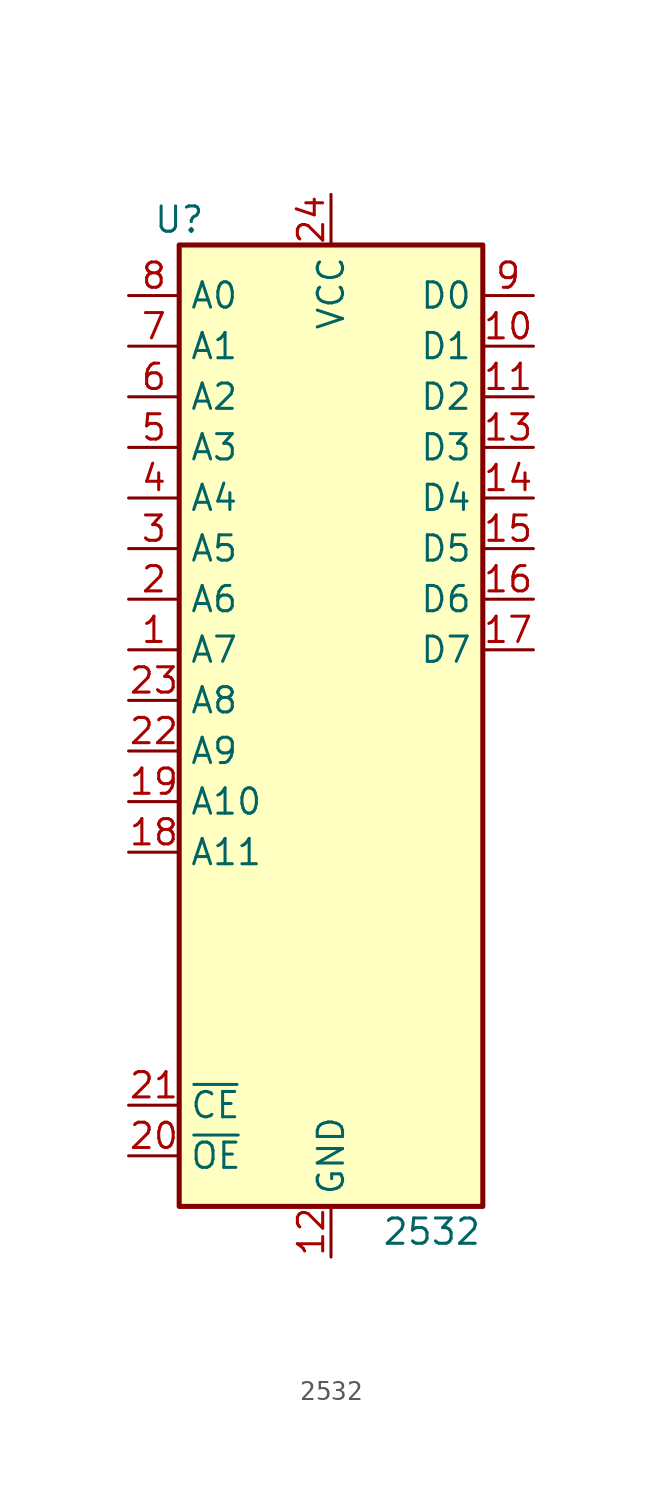
<source format=kicad_sym>
(kicad_symbol_lib
  (version 20231120)
  (generator "kicad_symbol_editor")
  (generator_version "8.0")
  (symbol "2532"
    (property "Reference" "U"
      (at -7.62 24.13 0)
      (effects (font (size 1.27 1.27))))
    (property "Value" "2532"
      (at 2.54 -26.67 0)
      (effects (font (size 1.27 1.27)) (justify left)))
    (symbol "2532_1_1"
      (rectangle (start -7.62 22.86) (end 7.62 -25.4) (stroke (width 0.254) (type default)) (fill (type background)))
      (pin input line (at -10.16 2.54 0) (length 2.54) (name "A7" (effects (font (size 1.27 1.27)))) (number "1" (effects (font (size 1.27 1.27)))))
      (pin tri_state line (at 10.16 17.78 180) (length 2.54) (name "D1" (effects (font (size 1.27 1.27)))) (number "10" (effects (font (size 1.27 1.27)))))
      (pin tri_state line (at 10.16 15.24 180) (length 2.54) (name "D2" (effects (font (size 1.27 1.27)))) (number "11" (effects (font (size 1.27 1.27)))))
      (pin power_in line (at 0 -27.94 90) (length 2.54) (name "GND" (effects (font (size 1.27 1.27)))) (number "12" (effects (font (size 1.27 1.27)))))
      (pin tri_state line (at 10.16 12.7 180) (length 2.54) (name "D3" (effects (font (size 1.27 1.27)))) (number "13" (effects (font (size 1.27 1.27)))))
      (pin tri_state line (at 10.16 10.16 180) (length 2.54) (name "D4" (effects (font (size 1.27 1.27)))) (number "14" (effects (font (size 1.27 1.27)))))
      (pin tri_state line (at 10.16 7.62 180) (length 2.54) (name "D5" (effects (font (size 1.27 1.27)))) (number "15" (effects (font (size 1.27 1.27)))))
      (pin tri_state line (at 10.16 5.08 180) (length 2.54) (name "D6" (effects (font (size 1.27 1.27)))) (number "16" (effects (font (size 1.27 1.27)))))
      (pin tri_state line (at 10.16 2.54 180) (length 2.54) (name "D7" (effects (font (size 1.27 1.27)))) (number "17" (effects (font (size 1.27 1.27)))))
      (pin input line (at -10.16 -7.62 0) (length 2.54) (name "A11" (effects (font (size 1.27 1.27)))) (number "18" (effects (font (size 1.27 1.27)))))
      (pin input line (at -10.16 -5.08 0) (length 2.54) (name "A10" (effects (font (size 1.27 1.27)))) (number "19" (effects (font (size 1.27 1.27)))))
      (pin input line (at -10.16 5.08 0) (length 2.54) (name "A6" (effects (font (size 1.27 1.27)))) (number "2" (effects (font (size 1.27 1.27)))))
      (pin input line (at -10.16 -22.86 0) (length 2.54) (name "~{OE}" (effects (font (size 1.27 1.27)))) (number "20" (effects (font (size 1.27 1.27)))))
      (pin input line (at -10.16 -20.32 0) (length 2.54) (name "~{CE}" (effects (font (size 1.27 1.27)))) (number "21" (effects (font (size 1.27 1.27)))))
      (pin input line (at -10.16 -2.54 0) (length 2.54) (name "A9" (effects (font (size 1.27 1.27)))) (number "22" (effects (font (size 1.27 1.27)))))
      (pin input line (at -10.16 0 0) (length 2.54) (name "A8" (effects (font (size 1.27 1.27)))) (number "23" (effects (font (size 1.27 1.27)))))
      (pin power_in line (at 0 25.4 270) (length 2.54) (name "VCC" (effects (font (size 1.27 1.27)))) (number "24" (effects (font (size 1.27 1.27)))))
      (pin no_connect line (at 7.62 0 180) (length 2.54) hide (name "NC" (effects (font (size 1.27 1.27)))) (number "26" (effects (font (size 1.27 1.27)))))
      (pin input line (at -10.16 7.62 0) (length 2.54) (name "A5" (effects (font (size 1.27 1.27)))) (number "3" (effects (font (size 1.27 1.27)))))
      (pin input line (at -10.16 10.16 0) (length 2.54) (name "A4" (effects (font (size 1.27 1.27)))) (number "4" (effects (font (size 1.27 1.27)))))
      (pin input line (at -10.16 12.7 0) (length 2.54) (name "A3" (effects (font (size 1.27 1.27)))) (number "5" (effects (font (size 1.27 1.27)))))
      (pin input line (at -10.16 15.24 0) (length 2.54) (name "A2" (effects (font (size 1.27 1.27)))) (number "6" (effects (font (size 1.27 1.27)))))
      (pin input line (at -10.16 17.78 0) (length 2.54) (name "A1" (effects (font (size 1.27 1.27)))) (number "7" (effects (font (size 1.27 1.27)))))
      (pin input line (at -10.16 20.32 0) (length 2.54) (name "A0" (effects (font (size 1.27 1.27)))) (number "8" (effects (font (size 1.27 1.27)))))
      (pin tri_state line (at 10.16 20.32 180) (length 2.54) (name "D0" (effects (font (size 1.27 1.27)))) (number "9" (effects (font (size 1.27 1.27))))))))
</source>
